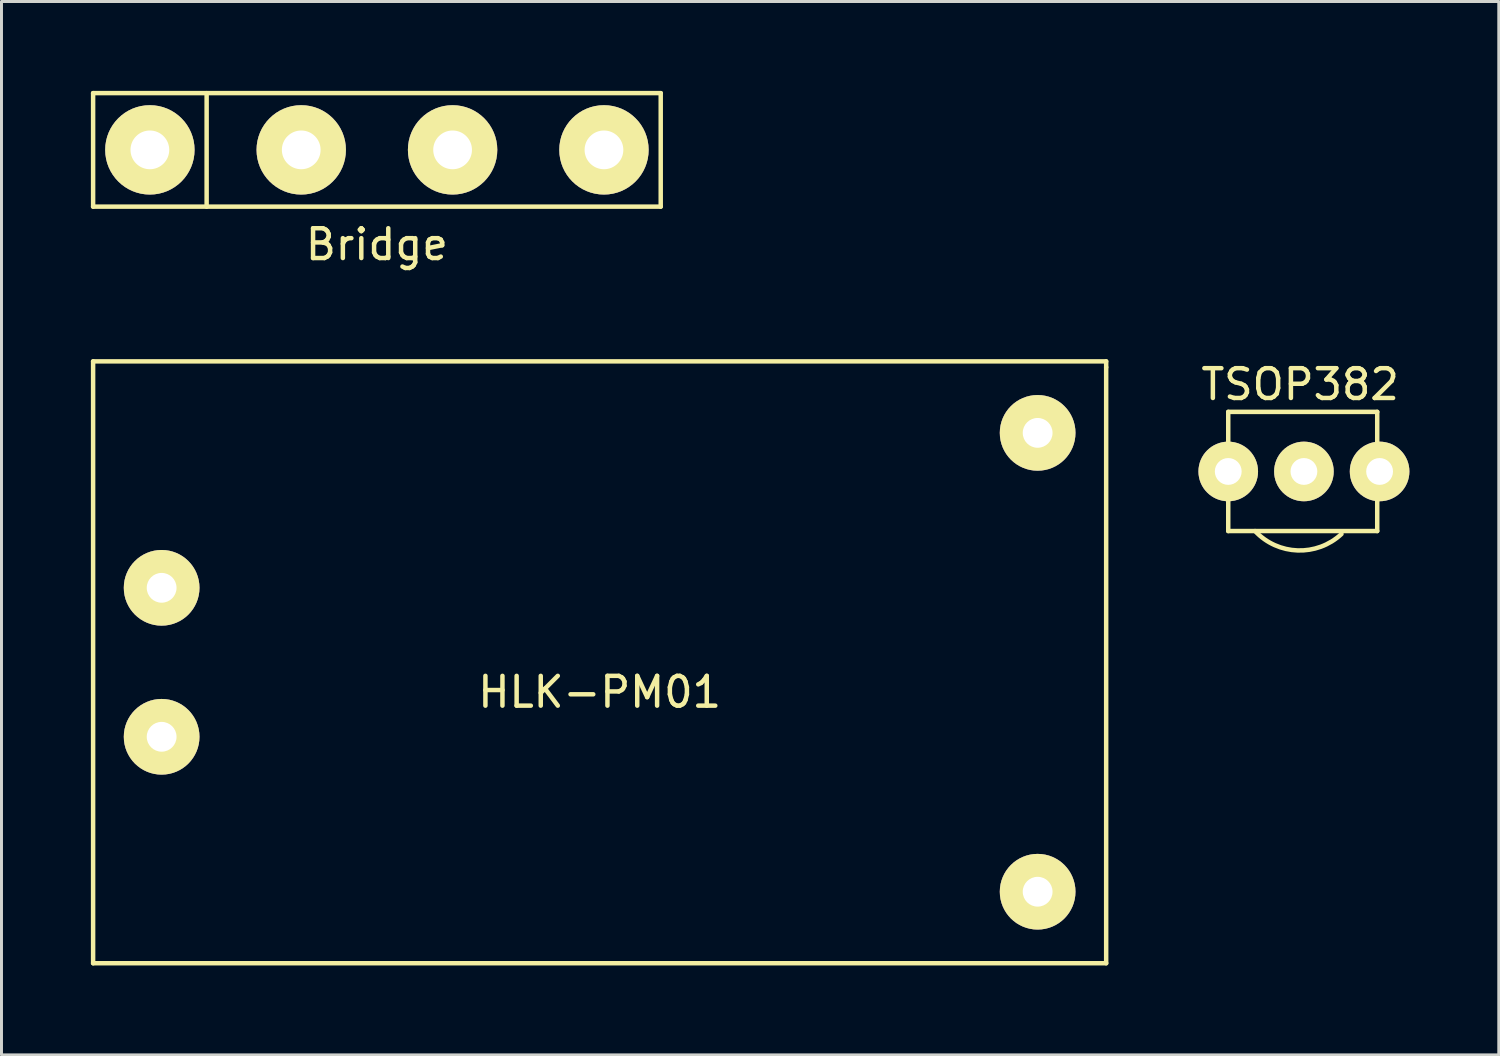
<source format=kicad_pcb>
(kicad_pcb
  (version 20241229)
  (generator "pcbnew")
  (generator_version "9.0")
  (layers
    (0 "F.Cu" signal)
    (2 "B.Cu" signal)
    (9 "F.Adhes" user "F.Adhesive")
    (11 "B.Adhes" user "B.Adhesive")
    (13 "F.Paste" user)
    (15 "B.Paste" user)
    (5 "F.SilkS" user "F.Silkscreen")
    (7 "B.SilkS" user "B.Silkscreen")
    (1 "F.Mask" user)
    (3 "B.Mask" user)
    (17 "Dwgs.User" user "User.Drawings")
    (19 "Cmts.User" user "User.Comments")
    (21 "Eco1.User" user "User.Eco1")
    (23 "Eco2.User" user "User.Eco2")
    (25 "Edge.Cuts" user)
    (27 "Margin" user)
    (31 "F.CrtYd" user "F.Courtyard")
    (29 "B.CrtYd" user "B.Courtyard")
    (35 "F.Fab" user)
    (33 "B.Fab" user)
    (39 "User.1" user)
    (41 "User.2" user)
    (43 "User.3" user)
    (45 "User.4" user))
  (footprint "HLK-PM01"
    (layer "F.Cu")
    (at 17.075 19.178)
    (property "Reference" "HLK-PM01" (at 0 1 0) (layer "F.SilkS") (effects (font (size 1 1) (thickness 0.15))))
    (attr through_hole)
    (fp_line (start -17 -10.1) (end -17 10.1) (stroke (width 0.15) (type solid)) (layer "F.SilkS"))
    (fp_line (start -17 10.1) (end 17 10.1) (stroke (width 0.15) (type solid)) (layer "F.SilkS"))
    (fp_line (start 17 -10.1) (end -17 -10.1) (stroke (width 0.15) (type solid)) (layer "F.SilkS"))
    (fp_line (start 17 -9.9) (end 17 -10.1) (stroke (width 0.15) (type solid)) (layer "F.SilkS"))
    (fp_line (start 17 10.1) (end 17 -9.9) (stroke (width 0.15) (type solid)) (layer "F.SilkS"))
    (pad "1" thru_hole circle (at -14.7 -2.5) (size 2.54 2.54) (drill 1) (layers "*.Cu" "*.Mask" "F.SilkS"))
    (pad "2" thru_hole circle (at -14.7 2.5) (size 2.54 2.54) (drill 1) (layers "*.Cu" "*.Mask" "F.SilkS"))
    (pad "3" thru_hole circle (at 14.7 -7.7) (size 2.54 2.54) (drill 1) (layers "*.Cu" "*.Mask" "F.SilkS"))
    (pad "4" thru_hole circle (at 14.7 7.7) (size 2.54 2.54) (drill 1) (layers "*.Cu" "*.Mask" "F.SilkS")))
  (footprint "TSOP382"
    (layer "F.Cu")
    (at 38.172 12.773)
    (property "Reference" "TSOP382" (at 2.413 -2.921 0) (layer "F.SilkS") (effects (font (size 1 1) (thickness 0.15))))
    (attr through_hole)
    (fp_line (start 0 -2) (end 5 -2) (stroke (width 0.15) (type solid)) (layer "F.SilkS"))
    (fp_line (start 0 2) (end 0 -2) (stroke (width 0.15) (type solid)) (layer "F.SilkS"))
    (fp_line (start 5 -2) (end 5 2) (stroke (width 0.15) (type solid)) (layer "F.SilkS"))
    (fp_line (start 5 2) (end 0 2) (stroke (width 0.15) (type solid)) (layer "F.SilkS"))
    (fp_arc (start 3.8 2.1) (mid 2.329289 2.65061) (end 0.9 2) (stroke (width 0.15) (type solid)) (layer "F.SilkS"))
    (pad "1" thru_hole circle (at 0 0) (size 2 2) (drill 0.9) (layers "*.Cu" "*.Mask" "F.SilkS"))
    (pad "2" thru_hole circle (at 2.54 0) (size 2 2) (drill 0.9) (layers "*.Cu" "*.Mask" "F.SilkS"))
    (pad "3" thru_hole circle (at 5.08 0) (size 2 2) (drill 0.9) (layers "*.Cu" "*.Mask" "F.SilkS")))
  (footprint "Bridge"
    (layer "F.Cu")
    (at 9.6 1.98)
    (property "Reference" "Bridge" (at 0 3.175 0) (layer "F.SilkS") (effects (font (size 1 1) (thickness 0.15))))
    (attr through_hole)
    (fp_line (start -9.525 -1.905) (end 9.525 -1.905) (stroke (width 0.15) (type solid)) (layer "F.SilkS"))
    (fp_line (start -9.525 1.905) (end -9.525 -1.905) (stroke (width 0.15) (type solid)) (layer "F.SilkS"))
    (fp_line (start -5.715 -1.905) (end -5.715 1.905) (stroke (width 0.15) (type solid)) (layer "F.SilkS"))
    (fp_line (start 9.525 -1.905) (end 9.525 1.905) (stroke (width 0.15) (type solid)) (layer "F.SilkS"))
    (fp_line (start 9.525 1.905) (end -9.525 1.905) (stroke (width 0.15) (type solid)) (layer "F.SilkS"))
    (pad "1" thru_hole circle (at -7.62 0) (size 3 3) (drill 1.3) (layers "*.Cu" "*.Mask" "F.SilkS"))
    (pad "2" thru_hole circle (at -2.54 0) (size 3 3) (drill 1.3) (layers "*.Cu" "*.Mask" "F.SilkS"))
    (pad "3" thru_hole circle (at 2.54 0) (size 3 3) (drill 1.3) (layers "*.Cu" "*.Mask" "F.SilkS"))
    (pad "4" thru_hole circle (at 7.62 0) (size 3 3) (drill 1.3) (layers "*.Cu" "*.Mask" "F.SilkS")))
  (gr_rect
    (start -3 -3)
    (end 47.252 32.353)
    (stroke (width 0.1) (type default))
    (fill no)
    (layer "Edge.Cuts")))
</source>
